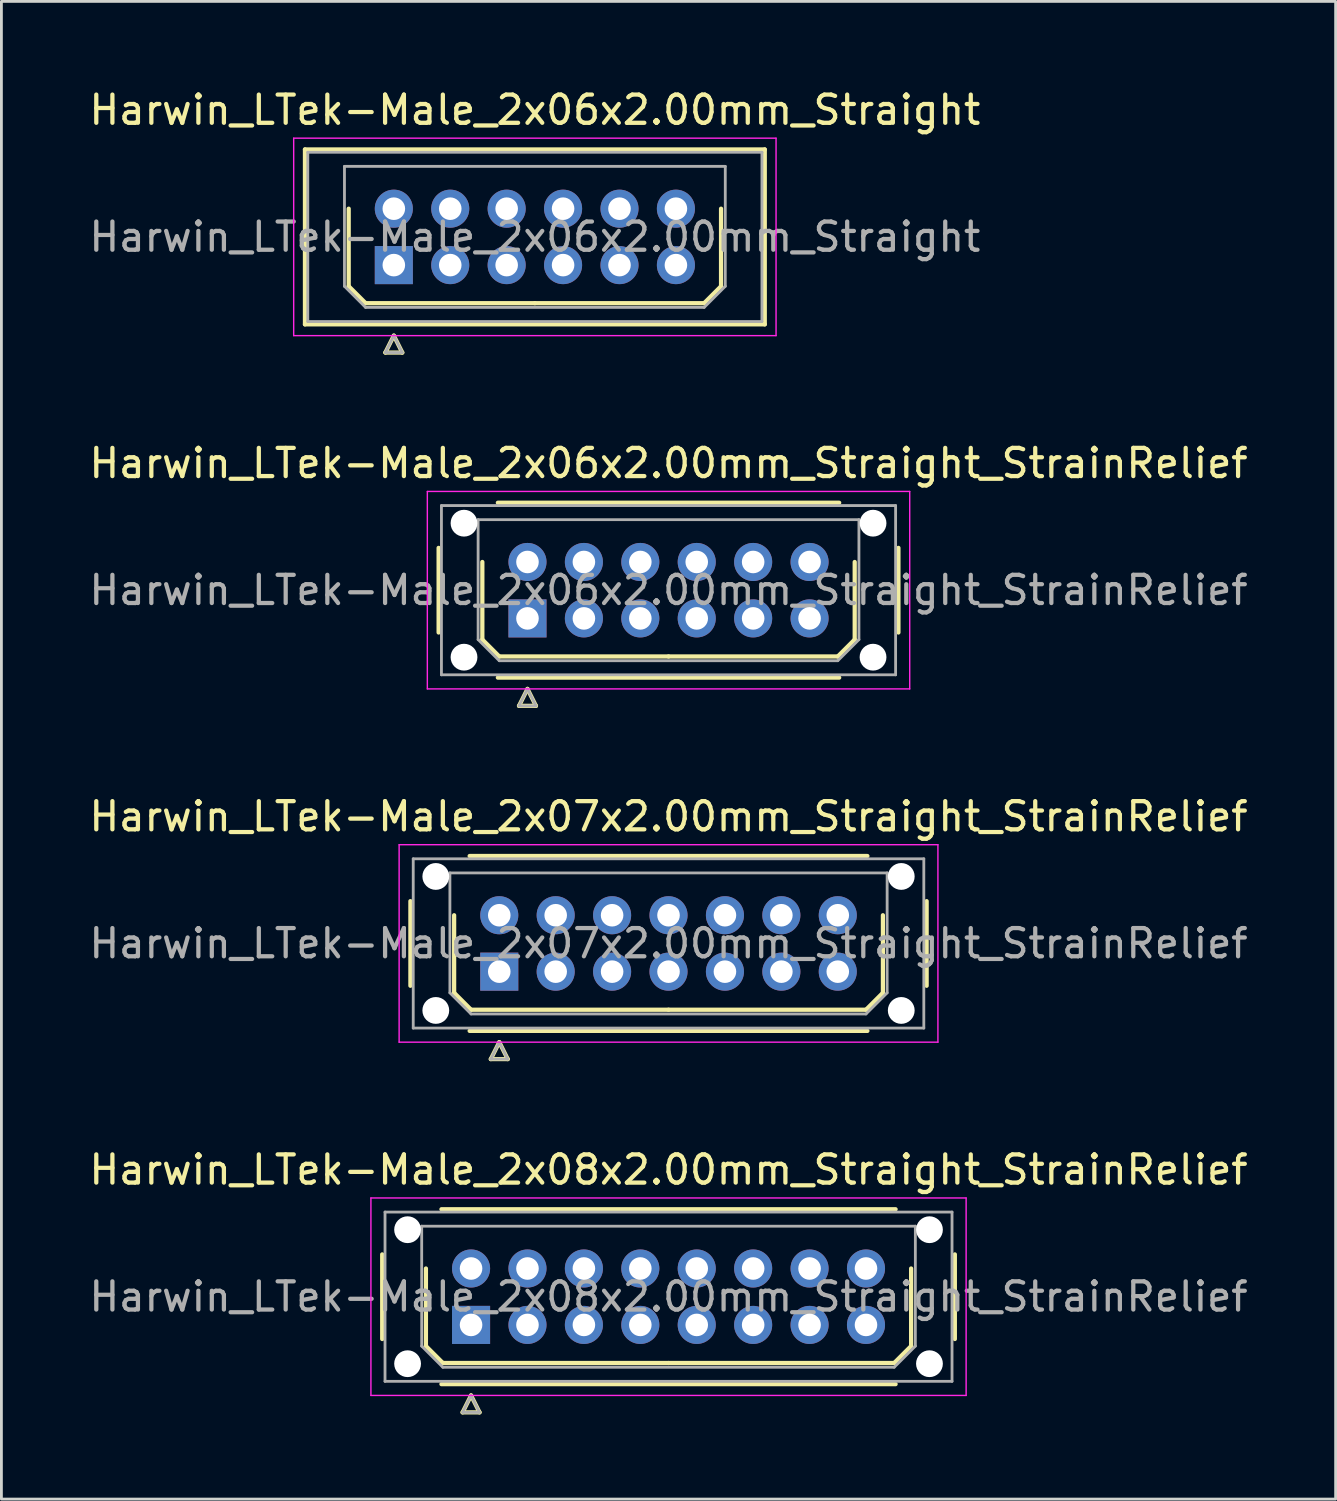
<source format=kicad_pcb>
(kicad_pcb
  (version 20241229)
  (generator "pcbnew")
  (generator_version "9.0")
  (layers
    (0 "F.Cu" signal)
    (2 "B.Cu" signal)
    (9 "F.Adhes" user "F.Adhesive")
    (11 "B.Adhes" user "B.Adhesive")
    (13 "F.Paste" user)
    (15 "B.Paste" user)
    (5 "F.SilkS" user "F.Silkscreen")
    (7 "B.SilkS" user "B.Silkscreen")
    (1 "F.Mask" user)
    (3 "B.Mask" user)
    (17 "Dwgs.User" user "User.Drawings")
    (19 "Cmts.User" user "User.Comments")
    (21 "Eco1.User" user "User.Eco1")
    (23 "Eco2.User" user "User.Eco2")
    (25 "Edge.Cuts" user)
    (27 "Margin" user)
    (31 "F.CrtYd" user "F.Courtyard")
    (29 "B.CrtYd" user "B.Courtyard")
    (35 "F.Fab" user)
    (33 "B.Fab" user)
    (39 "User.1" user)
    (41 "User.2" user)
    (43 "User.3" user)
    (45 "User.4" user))
  (footprint "Harwin_LTek-Male_2x08x2.00mm_Straight_StrainRelief"
    (layer "F.Cu")
    (at 13.649 43.918)
    (property "Reference" "Harwin_LTek-Male_2x08x2.00mm_Straight_StrainRelief" (at 7 -5.5 0) (layer "F.SilkS") (effects (font (size 1 1) (thickness 0.15))))
    (attr through_hole)
    (fp_line (start -3.15 -2.5) (end -3.15 0.5) (stroke (width 0.15) (type solid)) (layer "F.SilkS"))
    (fp_line (start -1.6 -2) (end -1.6 0.75) (stroke (width 0.15) (type solid)) (layer "F.SilkS"))
    (fp_line (start -1.6 0.75) (end -1 1.35) (stroke (width 0.15) (type solid)) (layer "F.SilkS"))
    (fp_line (start -1.05 -4.1) (end 15.05 -4.1) (stroke (width 0.15) (type solid)) (layer "F.SilkS"))
    (fp_line (start -1.05 2.1) (end 15.05 2.1) (stroke (width 0.15) (type solid)) (layer "F.SilkS"))
    (fp_line (start -1 1.35) (end 7 1.35) (stroke (width 0.15) (type solid)) (layer "F.SilkS"))
    (fp_line (start -0.3 3.1) (end 0.3 3.1) (stroke (width 0.15) (type solid)) (layer "F.SilkS"))
    (fp_line (start 0 2.5) (end -0.3 3.1) (stroke (width 0.15) (type solid)) (layer "F.SilkS"))
    (fp_line (start 0.3 3.1) (end 0 2.5) (stroke (width 0.15) (type solid)) (layer "F.SilkS"))
    (fp_line (start 15 1.35) (end 7 1.35) (stroke (width 0.15) (type solid)) (layer "F.SilkS"))
    (fp_line (start 15.6 -2) (end 15.6 0.75) (stroke (width 0.15) (type solid)) (layer "F.SilkS"))
    (fp_line (start 15.6 0.75) (end 15 1.35) (stroke (width 0.15) (type solid)) (layer "F.SilkS"))
    (fp_line (start 17.15 -2.5) (end 17.15 0.5) (stroke (width 0.15) (type solid)) (layer "F.SilkS"))
    (fp_line (start -3.55 -4.5) (end -3.55 2.5) (stroke (width 0.05) (type solid)) (layer "F.CrtYd"))
    (fp_line (start -3.55 2.5) (end 17.55 2.5) (stroke (width 0.05) (type solid)) (layer "F.CrtYd"))
    (fp_line (start 17.55 -4.5) (end -3.55 -4.5) (stroke (width 0.05) (type solid)) (layer "F.CrtYd"))
    (fp_line (start 17.55 2.5) (end 17.55 -4.5) (stroke (width 0.05) (type solid)) (layer "F.CrtYd"))
    (fp_line (start -3.05 -4) (end -3.05 2) (stroke (width 0.1) (type solid)) (layer "F.Fab"))
    (fp_line (start -3.05 2) (end 17.05 2) (stroke (width 0.1) (type solid)) (layer "F.Fab"))
    (fp_line (start -1.75 -3.5) (end 15.75 -3.5) (stroke (width 0.1) (type solid)) (layer "F.Fab"))
    (fp_line (start -1.75 0.75) (end -1.75 -3.5) (stroke (width 0.1) (type solid)) (layer "F.Fab"))
    (fp_line (start -1 1.5) (end -1.75 0.75) (stroke (width 0.1) (type solid)) (layer "F.Fab"))
    (fp_line (start -0.3 3.1) (end 0.3 3.1) (stroke (width 0.1) (type solid)) (layer "F.Fab"))
    (fp_line (start 0 2.5) (end -0.3 3.1) (stroke (width 0.1) (type solid)) (layer "F.Fab"))
    (fp_line (start 0.3 3.1) (end 0 2.5) (stroke (width 0.1) (type solid)) (layer "F.Fab"))
    (fp_line (start 15 1.5) (end -1 1.5) (stroke (width 0.1) (type solid)) (layer "F.Fab"))
    (fp_line (start 15.75 -3.5) (end 15.75 0.75) (stroke (width 0.1) (type solid)) (layer "F.Fab"))
    (fp_line (start 15.75 0.75) (end 15 1.5) (stroke (width 0.1) (type solid)) (layer "F.Fab"))
    (fp_line (start 17.05 -4) (end -3.05 -4) (stroke (width 0.1) (type solid)) (layer "F.Fab"))
    (fp_line (start 17.05 2) (end 17.05 -4) (stroke (width 0.1) (type solid)) (layer "F.Fab"))
    (fp_text user "${REFERENCE}" (at 7 -1 0) (layer "F.Fab") (effects (font (size 1 1) (thickness 0.15))))
    (pad "" np_thru_hole circle (at -2.25 -3.375) (size 0.95 0.95) (drill 0.95) (layers "*.Cu" "*.Mask"))
    (pad "" np_thru_hole circle (at -2.25 1.375) (size 0.95 0.95) (drill 0.95) (layers "*.Cu" "*.Mask"))
    (pad "" np_thru_hole circle (at 16.25 -3.375) (size 0.95 0.95) (drill 0.95) (layers "*.Cu" "*.Mask"))
    (pad "" np_thru_hole circle (at 16.25 1.375) (size 0.95 0.95) (drill 0.95) (layers "*.Cu" "*.Mask"))
    (pad "1" thru_hole rect (at 0 0) (size 1.35 1.35) (drill 0.8) (layers "*.Cu" "*.Mask"))
    (pad "2" thru_hole circle (at 2 0) (size 1.35 1.35) (drill 0.8) (layers "*.Cu" "*.Mask"))
    (pad "3" thru_hole circle (at 4 0) (size 1.35 1.35) (drill 0.8) (layers "*.Cu" "*.Mask"))
    (pad "4" thru_hole circle (at 6 0) (size 1.35 1.35) (drill 0.8) (layers "*.Cu" "*.Mask"))
    (pad "5" thru_hole circle (at 8 0) (size 1.35 1.35) (drill 0.8) (layers "*.Cu" "*.Mask"))
    (pad "6" thru_hole circle (at 10 0) (size 1.35 1.35) (drill 0.8) (layers "*.Cu" "*.Mask"))
    (pad "7" thru_hole circle (at 12 0) (size 1.35 1.35) (drill 0.8) (layers "*.Cu" "*.Mask"))
    (pad "8" thru_hole circle (at 14 0) (size 1.35 1.35) (drill 0.8) (layers "*.Cu" "*.Mask"))
    (pad "9" thru_hole circle (at 0 -2) (size 1.35 1.35) (drill 0.8) (layers "*.Cu" "*.Mask"))
    (pad "10" thru_hole circle (at 2 -2) (size 1.35 1.35) (drill 0.8) (layers "*.Cu" "*.Mask"))
    (pad "11" thru_hole circle (at 4 -2) (size 1.35 1.35) (drill 0.8) (layers "*.Cu" "*.Mask"))
    (pad "12" thru_hole circle (at 6 -2) (size 1.35 1.35) (drill 0.8) (layers "*.Cu" "*.Mask"))
    (pad "13" thru_hole circle (at 8 -2) (size 1.35 1.35) (drill 0.8) (layers "*.Cu" "*.Mask"))
    (pad "14" thru_hole circle (at 10 -2) (size 1.35 1.35) (drill 0.8) (layers "*.Cu" "*.Mask"))
    (pad "15" thru_hole circle (at 12 -2) (size 1.35 1.35) (drill 0.8) (layers "*.Cu" "*.Mask"))
    (pad "16" thru_hole circle (at 14 -2) (size 1.35 1.35) (drill 0.8) (layers "*.Cu" "*.Mask")))
  (footprint "Harwin_LTek-Male_2x06x2.00mm_Straight_StrainRelief"
    (layer "F.Cu")
    (at 15.649 18.872)
    (property "Reference" "Harwin_LTek-Male_2x06x2.00mm_Straight_StrainRelief" (at 5 -5.5 0) (layer "F.SilkS") (effects (font (size 1 1) (thickness 0.15))))
    (attr through_hole)
    (fp_line (start -3.15 -2.5) (end -3.15 0.5) (stroke (width 0.15) (type solid)) (layer "F.SilkS"))
    (fp_line (start -1.6 -2) (end -1.6 0.75) (stroke (width 0.15) (type solid)) (layer "F.SilkS"))
    (fp_line (start -1.6 0.75) (end -1 1.35) (stroke (width 0.15) (type solid)) (layer "F.SilkS"))
    (fp_line (start -1.05 -4.1) (end 11.05 -4.1) (stroke (width 0.15) (type solid)) (layer "F.SilkS"))
    (fp_line (start -1.05 2.1) (end 11.05 2.1) (stroke (width 0.15) (type solid)) (layer "F.SilkS"))
    (fp_line (start -1 1.35) (end 5 1.35) (stroke (width 0.15) (type solid)) (layer "F.SilkS"))
    (fp_line (start -0.3 3.1) (end 0.3 3.1) (stroke (width 0.15) (type solid)) (layer "F.SilkS"))
    (fp_line (start 0 2.5) (end -0.3 3.1) (stroke (width 0.15) (type solid)) (layer "F.SilkS"))
    (fp_line (start 0.3 3.1) (end 0 2.5) (stroke (width 0.15) (type solid)) (layer "F.SilkS"))
    (fp_line (start 11 1.35) (end 5 1.35) (stroke (width 0.15) (type solid)) (layer "F.SilkS"))
    (fp_line (start 11.6 -2) (end 11.6 0.75) (stroke (width 0.15) (type solid)) (layer "F.SilkS"))
    (fp_line (start 11.6 0.75) (end 11 1.35) (stroke (width 0.15) (type solid)) (layer "F.SilkS"))
    (fp_line (start 13.15 -2.5) (end 13.15 0.5) (stroke (width 0.15) (type solid)) (layer "F.SilkS"))
    (fp_line (start -3.55 -4.5) (end -3.55 2.5) (stroke (width 0.05) (type solid)) (layer "F.CrtYd"))
    (fp_line (start -3.55 2.5) (end 13.55 2.5) (stroke (width 0.05) (type solid)) (layer "F.CrtYd"))
    (fp_line (start 13.55 -4.5) (end -3.55 -4.5) (stroke (width 0.05) (type solid)) (layer "F.CrtYd"))
    (fp_line (start 13.55 2.5) (end 13.55 -4.5) (stroke (width 0.05) (type solid)) (layer "F.CrtYd"))
    (fp_line (start -3.05 -4) (end -3.05 2) (stroke (width 0.1) (type solid)) (layer "F.Fab"))
    (fp_line (start -3.05 2) (end 13.05 2) (stroke (width 0.1) (type solid)) (layer "F.Fab"))
    (fp_line (start -1.75 -3.5) (end 11.75 -3.5) (stroke (width 0.1) (type solid)) (layer "F.Fab"))
    (fp_line (start -1.75 0.75) (end -1.75 -3.5) (stroke (width 0.1) (type solid)) (layer "F.Fab"))
    (fp_line (start -1 1.5) (end -1.75 0.75) (stroke (width 0.1) (type solid)) (layer "F.Fab"))
    (fp_line (start -0.3 3.1) (end 0.3 3.1) (stroke (width 0.1) (type solid)) (layer "F.Fab"))
    (fp_line (start 0 2.5) (end -0.3 3.1) (stroke (width 0.1) (type solid)) (layer "F.Fab"))
    (fp_line (start 0.3 3.1) (end 0 2.5) (stroke (width 0.1) (type solid)) (layer "F.Fab"))
    (fp_line (start 11 1.5) (end -1 1.5) (stroke (width 0.1) (type solid)) (layer "F.Fab"))
    (fp_line (start 11.75 -3.5) (end 11.75 0.75) (stroke (width 0.1) (type solid)) (layer "F.Fab"))
    (fp_line (start 11.75 0.75) (end 11 1.5) (stroke (width 0.1) (type solid)) (layer "F.Fab"))
    (fp_line (start 13.05 -4) (end -3.05 -4) (stroke (width 0.1) (type solid)) (layer "F.Fab"))
    (fp_line (start 13.05 2) (end 13.05 -4) (stroke (width 0.1) (type solid)) (layer "F.Fab"))
    (fp_text user "${REFERENCE}" (at 5 -1 0) (layer "F.Fab") (effects (font (size 1 1) (thickness 0.15))))
    (pad "" np_thru_hole circle (at -2.25 -3.375) (size 0.95 0.95) (drill 0.95) (layers "*.Cu" "*.Mask"))
    (pad "" np_thru_hole circle (at -2.25 1.375) (size 0.95 0.95) (drill 0.95) (layers "*.Cu" "*.Mask"))
    (pad "" np_thru_hole circle (at 12.25 -3.375) (size 0.95 0.95) (drill 0.95) (layers "*.Cu" "*.Mask"))
    (pad "" np_thru_hole circle (at 12.25 1.375) (size 0.95 0.95) (drill 0.95) (layers "*.Cu" "*.Mask"))
    (pad "1" thru_hole rect (at 0 0) (size 1.35 1.35) (drill 0.8) (layers "*.Cu" "*.Mask"))
    (pad "2" thru_hole circle (at 2 0) (size 1.35 1.35) (drill 0.8) (layers "*.Cu" "*.Mask"))
    (pad "3" thru_hole circle (at 4 0) (size 1.35 1.35) (drill 0.8) (layers "*.Cu" "*.Mask"))
    (pad "4" thru_hole circle (at 6 0) (size 1.35 1.35) (drill 0.8) (layers "*.Cu" "*.Mask"))
    (pad "5" thru_hole circle (at 8 0) (size 1.35 1.35) (drill 0.8) (layers "*.Cu" "*.Mask"))
    (pad "6" thru_hole circle (at 10 0) (size 1.35 1.35) (drill 0.8) (layers "*.Cu" "*.Mask"))
    (pad "7" thru_hole circle (at 0 -2) (size 1.35 1.35) (drill 0.8) (layers "*.Cu" "*.Mask"))
    (pad "8" thru_hole circle (at 2 -2) (size 1.35 1.35) (drill 0.8) (layers "*.Cu" "*.Mask"))
    (pad "9" thru_hole circle (at 4 -2) (size 1.35 1.35) (drill 0.8) (layers "*.Cu" "*.Mask"))
    (pad "10" thru_hole circle (at 6 -2) (size 1.35 1.35) (drill 0.8) (layers "*.Cu" "*.Mask"))
    (pad "11" thru_hole circle (at 8 -2) (size 1.35 1.35) (drill 0.8) (layers "*.Cu" "*.Mask"))
    (pad "12" thru_hole circle (at 10 -2) (size 1.35 1.35) (drill 0.8) (layers "*.Cu" "*.Mask")))
  (footprint "Harwin_LTek-Male_2x07x2.00mm_Straight_StrainRelief"
    (layer "F.Cu")
    (at 14.649 31.395)
    (property "Reference" "Harwin_LTek-Male_2x07x2.00mm_Straight_StrainRelief" (at 6 -5.5 0) (layer "F.SilkS") (effects (font (size 1 1) (thickness 0.15))))
    (attr through_hole)
    (fp_line (start -3.15 -2.5) (end -3.15 0.5) (stroke (width 0.15) (type solid)) (layer "F.SilkS"))
    (fp_line (start -1.6 -2) (end -1.6 0.75) (stroke (width 0.15) (type solid)) (layer "F.SilkS"))
    (fp_line (start -1.6 0.75) (end -1 1.35) (stroke (width 0.15) (type solid)) (layer "F.SilkS"))
    (fp_line (start -1.05 -4.1) (end 13.05 -4.1) (stroke (width 0.15) (type solid)) (layer "F.SilkS"))
    (fp_line (start -1.05 2.1) (end 13.05 2.1) (stroke (width 0.15) (type solid)) (layer "F.SilkS"))
    (fp_line (start -1 1.35) (end 6 1.35) (stroke (width 0.15) (type solid)) (layer "F.SilkS"))
    (fp_line (start -0.3 3.1) (end 0.3 3.1) (stroke (width 0.15) (type solid)) (layer "F.SilkS"))
    (fp_line (start 0 2.5) (end -0.3 3.1) (stroke (width 0.15) (type solid)) (layer "F.SilkS"))
    (fp_line (start 0.3 3.1) (end 0 2.5) (stroke (width 0.15) (type solid)) (layer "F.SilkS"))
    (fp_line (start 13 1.35) (end 6 1.35) (stroke (width 0.15) (type solid)) (layer "F.SilkS"))
    (fp_line (start 13.6 -2) (end 13.6 0.75) (stroke (width 0.15) (type solid)) (layer "F.SilkS"))
    (fp_line (start 13.6 0.75) (end 13 1.35) (stroke (width 0.15) (type solid)) (layer "F.SilkS"))
    (fp_line (start 15.15 -2.5) (end 15.15 0.5) (stroke (width 0.15) (type solid)) (layer "F.SilkS"))
    (fp_line (start -3.55 -4.5) (end -3.55 2.5) (stroke (width 0.05) (type solid)) (layer "F.CrtYd"))
    (fp_line (start -3.55 2.5) (end 15.55 2.5) (stroke (width 0.05) (type solid)) (layer "F.CrtYd"))
    (fp_line (start 15.55 -4.5) (end -3.55 -4.5) (stroke (width 0.05) (type solid)) (layer "F.CrtYd"))
    (fp_line (start 15.55 2.5) (end 15.55 -4.5) (stroke (width 0.05) (type solid)) (layer "F.CrtYd"))
    (fp_line (start -3.05 -4) (end -3.05 2) (stroke (width 0.1) (type solid)) (layer "F.Fab"))
    (fp_line (start -3.05 2) (end 15.05 2) (stroke (width 0.1) (type solid)) (layer "F.Fab"))
    (fp_line (start -1.75 -3.5) (end 13.75 -3.5) (stroke (width 0.1) (type solid)) (layer "F.Fab"))
    (fp_line (start -1.75 0.75) (end -1.75 -3.5) (stroke (width 0.1) (type solid)) (layer "F.Fab"))
    (fp_line (start -1 1.5) (end -1.75 0.75) (stroke (width 0.1) (type solid)) (layer "F.Fab"))
    (fp_line (start -0.3 3.1) (end 0.3 3.1) (stroke (width 0.1) (type solid)) (layer "F.Fab"))
    (fp_line (start 0 2.5) (end -0.3 3.1) (stroke (width 0.1) (type solid)) (layer "F.Fab"))
    (fp_line (start 0.3 3.1) (end 0 2.5) (stroke (width 0.1) (type solid)) (layer "F.Fab"))
    (fp_line (start 13 1.5) (end -1 1.5) (stroke (width 0.1) (type solid)) (layer "F.Fab"))
    (fp_line (start 13.75 -3.5) (end 13.75 0.75) (stroke (width 0.1) (type solid)) (layer "F.Fab"))
    (fp_line (start 13.75 0.75) (end 13 1.5) (stroke (width 0.1) (type solid)) (layer "F.Fab"))
    (fp_line (start 15.05 -4) (end -3.05 -4) (stroke (width 0.1) (type solid)) (layer "F.Fab"))
    (fp_line (start 15.05 2) (end 15.05 -4) (stroke (width 0.1) (type solid)) (layer "F.Fab"))
    (fp_text user "${REFERENCE}" (at 6 -1 0) (layer "F.Fab") (effects (font (size 1 1) (thickness 0.15))))
    (pad "" np_thru_hole circle (at -2.25 -3.375) (size 0.95 0.95) (drill 0.95) (layers "*.Cu" "*.Mask"))
    (pad "" np_thru_hole circle (at -2.25 1.375) (size 0.95 0.95) (drill 0.95) (layers "*.Cu" "*.Mask"))
    (pad "" np_thru_hole circle (at 14.25 -3.375) (size 0.95 0.95) (drill 0.95) (layers "*.Cu" "*.Mask"))
    (pad "" np_thru_hole circle (at 14.25 1.375) (size 0.95 0.95) (drill 0.95) (layers "*.Cu" "*.Mask"))
    (pad "1" thru_hole rect (at 0 0) (size 1.35 1.35) (drill 0.8) (layers "*.Cu" "*.Mask"))
    (pad "2" thru_hole circle (at 2 0) (size 1.35 1.35) (drill 0.8) (layers "*.Cu" "*.Mask"))
    (pad "3" thru_hole circle (at 4 0) (size 1.35 1.35) (drill 0.8) (layers "*.Cu" "*.Mask"))
    (pad "4" thru_hole circle (at 6 0) (size 1.35 1.35) (drill 0.8) (layers "*.Cu" "*.Mask"))
    (pad "5" thru_hole circle (at 8 0) (size 1.35 1.35) (drill 0.8) (layers "*.Cu" "*.Mask"))
    (pad "6" thru_hole circle (at 10 0) (size 1.35 1.35) (drill 0.8) (layers "*.Cu" "*.Mask"))
    (pad "7" thru_hole circle (at 12 0) (size 1.35 1.35) (drill 0.8) (layers "*.Cu" "*.Mask"))
    (pad "8" thru_hole circle (at 0 -2) (size 1.35 1.35) (drill 0.8) (layers "*.Cu" "*.Mask"))
    (pad "9" thru_hole circle (at 2 -2) (size 1.35 1.35) (drill 0.8) (layers "*.Cu" "*.Mask"))
    (pad "10" thru_hole circle (at 4 -2) (size 1.35 1.35) (drill 0.8) (layers "*.Cu" "*.Mask"))
    (pad "11" thru_hole circle (at 6 -2) (size 1.35 1.35) (drill 0.8) (layers "*.Cu" "*.Mask"))
    (pad "12" thru_hole circle (at 8 -2) (size 1.35 1.35) (drill 0.8) (layers "*.Cu" "*.Mask"))
    (pad "13" thru_hole circle (at 10 -2) (size 1.35 1.35) (drill 0.8) (layers "*.Cu" "*.Mask"))
    (pad "14" thru_hole circle (at 12 -2) (size 1.35 1.35) (drill 0.8) (layers "*.Cu" "*.Mask")))
  (footprint "Harwin_LTek-Male_2x06x2.00mm_Straight"
    (layer "F.Cu")
    (at 10.911 6.348)
    (property "Reference" "Harwin_LTek-Male_2x06x2.00mm_Straight" (at 5 -5.5 0) (layer "F.SilkS") (effects (font (size 1 1) (thickness 0.15))))
    (attr through_hole)
    (fp_line (start -3.15 -4.1) (end -3.15 2.1) (stroke (width 0.15) (type solid)) (layer "F.SilkS"))
    (fp_line (start -3.15 2.1) (end 13.15 2.1) (stroke (width 0.15) (type solid)) (layer "F.SilkS"))
    (fp_line (start -1.6 -2) (end -1.6 0.75) (stroke (width 0.15) (type solid)) (layer "F.SilkS"))
    (fp_line (start -1.6 0.75) (end -1 1.35) (stroke (width 0.15) (type solid)) (layer "F.SilkS"))
    (fp_line (start -1 1.35) (end 5 1.35) (stroke (width 0.15) (type solid)) (layer "F.SilkS"))
    (fp_line (start -0.3 3.1) (end 0.3 3.1) (stroke (width 0.15) (type solid)) (layer "F.SilkS"))
    (fp_line (start 0 2.5) (end -0.3 3.1) (stroke (width 0.15) (type solid)) (layer "F.SilkS"))
    (fp_line (start 0.3 3.1) (end 0 2.5) (stroke (width 0.15) (type solid)) (layer "F.SilkS"))
    (fp_line (start 11 1.35) (end 5 1.35) (stroke (width 0.15) (type solid)) (layer "F.SilkS"))
    (fp_line (start 11.6 -2) (end 11.6 0.75) (stroke (width 0.15) (type solid)) (layer "F.SilkS"))
    (fp_line (start 11.6 0.75) (end 11 1.35) (stroke (width 0.15) (type solid)) (layer "F.SilkS"))
    (fp_line (start 13.15 -4.1) (end -3.15 -4.1) (stroke (width 0.15) (type solid)) (layer "F.SilkS"))
    (fp_line (start 13.15 2.1) (end 13.15 -4.1) (stroke (width 0.15) (type solid)) (layer "F.SilkS"))
    (fp_line (start -3.55 -4.5) (end -3.55 2.5) (stroke (width 0.05) (type solid)) (layer "F.CrtYd"))
    (fp_line (start -3.55 2.5) (end 13.55 2.5) (stroke (width 0.05) (type solid)) (layer "F.CrtYd"))
    (fp_line (start 13.55 -4.5) (end -3.55 -4.5) (stroke (width 0.05) (type solid)) (layer "F.CrtYd"))
    (fp_line (start 13.55 2.5) (end 13.55 -4.5) (stroke (width 0.05) (type solid)) (layer "F.CrtYd"))
    (fp_line (start -3.05 -4) (end -3.05 2) (stroke (width 0.1) (type solid)) (layer "F.Fab"))
    (fp_line (start -3.05 2) (end 13.05 2) (stroke (width 0.1) (type solid)) (layer "F.Fab"))
    (fp_line (start -1.75 -3.5) (end 11.75 -3.5) (stroke (width 0.1) (type solid)) (layer "F.Fab"))
    (fp_line (start -1.75 0.75) (end -1.75 -3.5) (stroke (width 0.1) (type solid)) (layer "F.Fab"))
    (fp_line (start -1 1.5) (end -1.75 0.75) (stroke (width 0.1) (type solid)) (layer "F.Fab"))
    (fp_line (start -0.3 3.1) (end 0.3 3.1) (stroke (width 0.1) (type solid)) (layer "F.Fab"))
    (fp_line (start 0 2.5) (end -0.3 3.1) (stroke (width 0.1) (type solid)) (layer "F.Fab"))
    (fp_line (start 0.3 3.1) (end 0 2.5) (stroke (width 0.1) (type solid)) (layer "F.Fab"))
    (fp_line (start 11 1.5) (end -1 1.5) (stroke (width 0.1) (type solid)) (layer "F.Fab"))
    (fp_line (start 11.75 -3.5) (end 11.75 0.75) (stroke (width 0.1) (type solid)) (layer "F.Fab"))
    (fp_line (start 11.75 0.75) (end 11 1.5) (stroke (width 0.1) (type solid)) (layer "F.Fab"))
    (fp_line (start 13.05 -4) (end -3.05 -4) (stroke (width 0.1) (type solid)) (layer "F.Fab"))
    (fp_line (start 13.05 2) (end 13.05 -4) (stroke (width 0.1) (type solid)) (layer "F.Fab"))
    (fp_text user "${REFERENCE}" (at 5 -1 0) (layer "F.Fab") (effects (font (size 1 1) (thickness 0.15))))
    (pad "1" thru_hole rect (at 0 0) (size 1.35 1.35) (drill 0.8) (layers "*.Cu" "*.Mask"))
    (pad "2" thru_hole circle (at 2 0) (size 1.35 1.35) (drill 0.8) (layers "*.Cu" "*.Mask"))
    (pad "3" thru_hole circle (at 4 0) (size 1.35 1.35) (drill 0.8) (layers "*.Cu" "*.Mask"))
    (pad "4" thru_hole circle (at 6 0) (size 1.35 1.35) (drill 0.8) (layers "*.Cu" "*.Mask"))
    (pad "5" thru_hole circle (at 8 0) (size 1.35 1.35) (drill 0.8) (layers "*.Cu" "*.Mask"))
    (pad "6" thru_hole circle (at 10 0) (size 1.35 1.35) (drill 0.8) (layers "*.Cu" "*.Mask"))
    (pad "7" thru_hole circle (at 0 -2) (size 1.35 1.35) (drill 0.8) (layers "*.Cu" "*.Mask"))
    (pad "8" thru_hole circle (at 2 -2) (size 1.35 1.35) (drill 0.8) (layers "*.Cu" "*.Mask"))
    (pad "9" thru_hole circle (at 4 -2) (size 1.35 1.35) (drill 0.8) (layers "*.Cu" "*.Mask"))
    (pad "10" thru_hole circle (at 6 -2) (size 1.35 1.35) (drill 0.8) (layers "*.Cu" "*.Mask"))
    (pad "11" thru_hole circle (at 8 -2) (size 1.35 1.35) (drill 0.8) (layers "*.Cu" "*.Mask"))
    (pad "12" thru_hole circle (at 10 -2) (size 1.35 1.35) (drill 0.8) (layers "*.Cu" "*.Mask")))
  (gr_rect
    (start -3 -3)
    (end 44.298 50.093)
    (stroke (width 0.1) (type default))
    (fill no)
    (layer "Edge.Cuts")))
</source>
